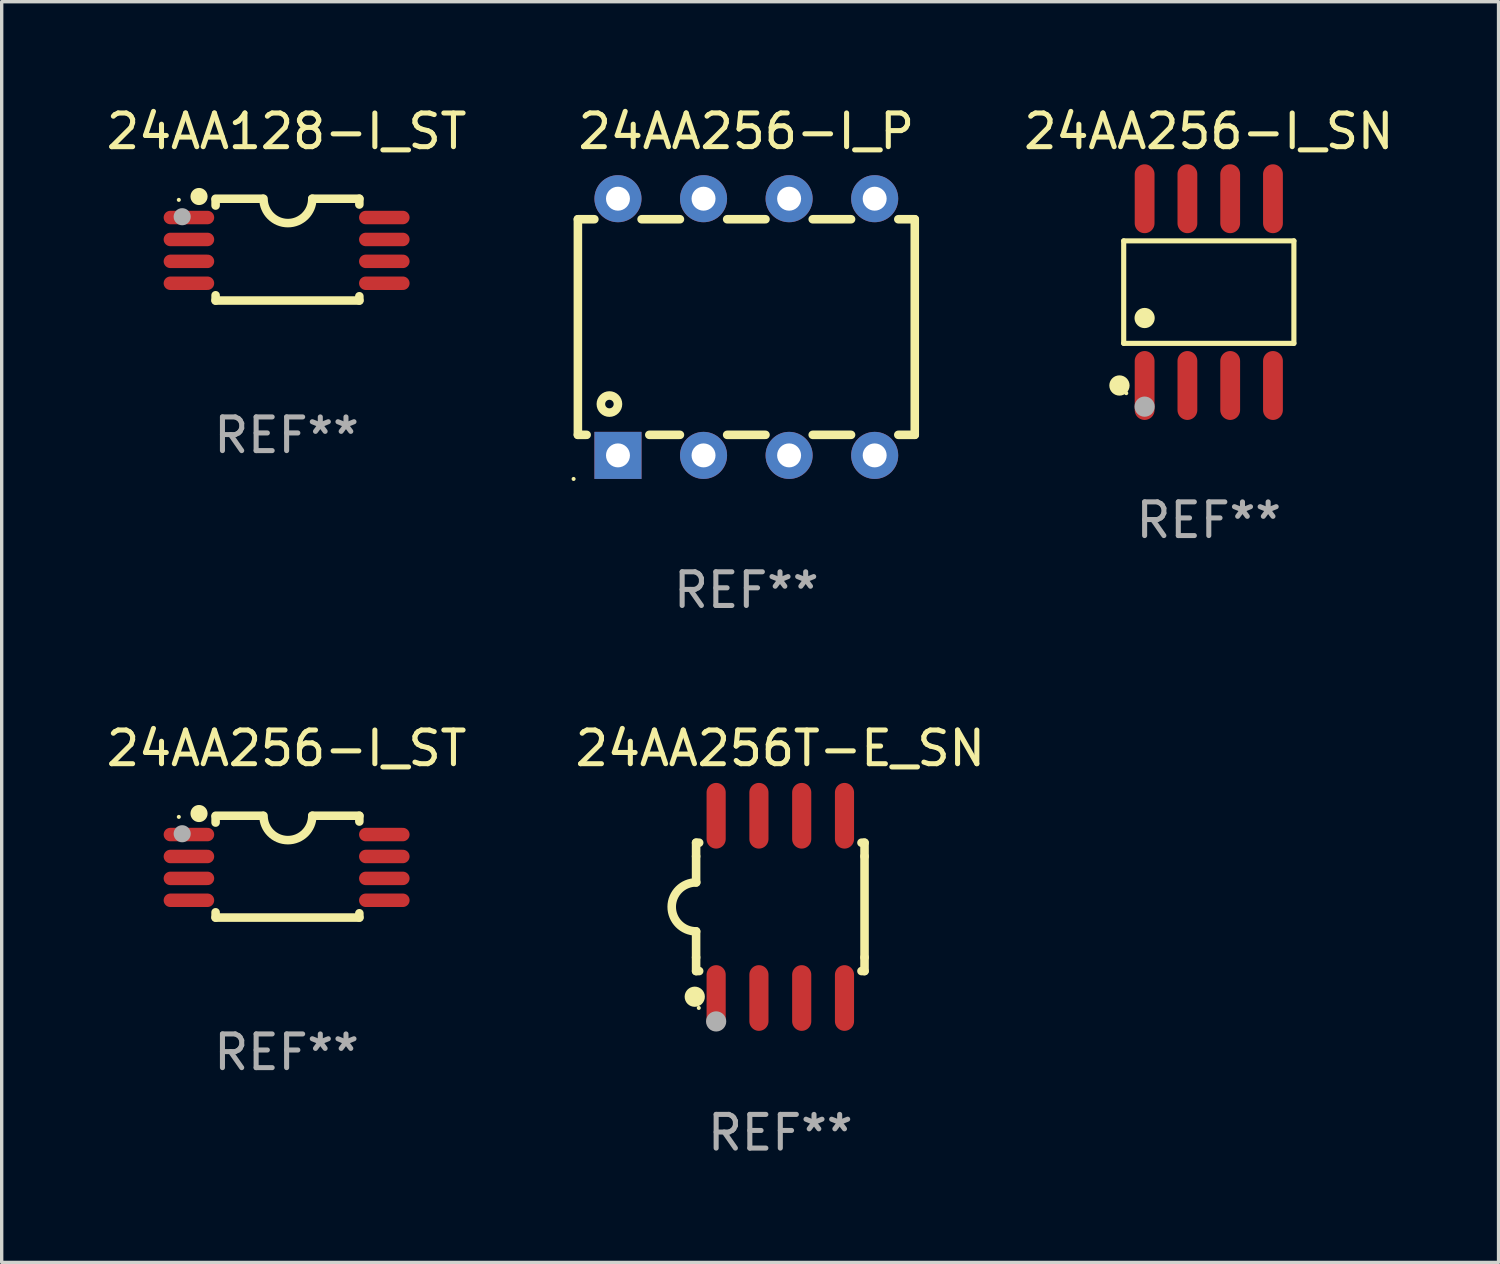
<source format=kicad_pcb>
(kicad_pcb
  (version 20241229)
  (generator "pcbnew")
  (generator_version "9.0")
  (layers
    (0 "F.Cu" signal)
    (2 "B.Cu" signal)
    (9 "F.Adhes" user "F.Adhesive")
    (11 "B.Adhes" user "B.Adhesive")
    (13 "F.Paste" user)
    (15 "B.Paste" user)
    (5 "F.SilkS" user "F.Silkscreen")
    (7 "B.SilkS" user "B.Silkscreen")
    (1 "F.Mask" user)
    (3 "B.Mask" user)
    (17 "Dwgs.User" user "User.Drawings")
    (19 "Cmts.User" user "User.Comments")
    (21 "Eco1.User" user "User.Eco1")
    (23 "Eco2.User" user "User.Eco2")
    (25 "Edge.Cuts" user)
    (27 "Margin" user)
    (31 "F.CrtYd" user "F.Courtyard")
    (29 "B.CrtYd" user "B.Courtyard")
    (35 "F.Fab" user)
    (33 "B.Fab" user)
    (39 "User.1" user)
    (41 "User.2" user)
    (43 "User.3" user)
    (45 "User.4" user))
  (footprint "24AA128-I_ST"
    (layer "F.Cu")
    (at 5.458 4.36)
    (property "Reference" "24AA128-I_ST" (at 0 -3.511 0) (layer "F.SilkS") (effects (font (size 1 1) (thickness 0.15))))
    (attr through_hole)
    (fp_line (start -2.108 -1.511) (end -0.711 -1.511) (stroke (width 0.254) (type solid)) (layer "F.SilkS"))
    (fp_line (start -2.108 -1.309) (end -2.108 -1.486) (stroke (width 0.254) (type solid)) (layer "F.SilkS"))
    (fp_line (start -2.108 1.511) (end -2.108 1.355) (stroke (width 0.254) (type solid)) (layer "F.SilkS"))
    (fp_line (start 0.762 -1.511) (end 2.159 -1.511) (stroke (width 0.254) (type solid)) (layer "F.SilkS"))
    (fp_line (start 2.159 -1.511) (end 2.159 -1.339) (stroke (width 0.254) (type solid)) (layer "F.SilkS"))
    (fp_line (start 2.159 1.384) (end 2.159 1.511) (stroke (width 0.254) (type solid)) (layer "F.SilkS"))
    (fp_line (start 2.159 1.511) (end -2.108 1.511) (stroke (width 0.254) (type solid)) (layer "F.SilkS"))
    (fp_arc (start 0.762002 -1.511303) (mid 0.0381 -0.787401) (end -0.685802 -1.511303) (stroke (width 0.254001) (type solid)) (layer "F.SilkS"))
    (fp_circle (center -3.2 -1.477) (end -3.17 -1.477) (stroke (width 0.06) (type solid)) (fill no) (layer "F.SilkS"))
    (fp_circle (center -2.6 -1.577) (end -2.473 -1.577) (stroke (width 0.254) (type solid)) (fill no) (layer "F.SilkS"))
    (fp_circle (center -3.1 -0.977) (end -2.973 -0.977) (stroke (width 0.254) (type solid)) (fill no) (layer "F.Fab"))
    (fp_text user "REF**" (at 0 5.511 0) (layer "F.Fab") (effects (font (size 1 1) (thickness 0.15))))
    (pad "1" smd oval (at -2.9 -0.953 90) (size 0.4 1.5) (layers "F.Cu" "F.Mask" "F.Paste"))
    (pad "2" smd oval (at -2.9 -0.302 90) (size 0.4 1.5) (layers "F.Cu" "F.Mask" "F.Paste"))
    (pad "3" smd oval (at -2.9 0.348 90) (size 0.4 1.5) (layers "F.Cu" "F.Mask" "F.Paste"))
    (pad "4" smd oval (at -2.9 0.998 90) (size 0.4 1.5) (layers "F.Cu" "F.Mask" "F.Paste"))
    (pad "5" smd oval (at 2.9 0.998 90) (size 0.4 1.5) (layers "F.Cu" "F.Mask" "F.Paste"))
    (pad "6" smd oval (at 2.9 0.348 90) (size 0.4 1.5) (layers "F.Cu" "F.Mask" "F.Paste"))
    (pad "7" smd oval (at 2.9 -0.302 90) (size 0.4 1.5) (layers "F.Cu" "F.Mask" "F.Paste"))
    (pad "8" smd oval (at 2.9 -0.953 90) (size 0.4 1.5) (layers "F.Cu" "F.Mask" "F.Paste")))
  (footprint "24AA256-I_SN"
    (layer "F.Cu")
    (at 32.832 5.621)
    (property "Reference" "24AA256-I_SN" (at 0 -4.772 0) (layer "F.SilkS") (effects (font (size 1 1) (thickness 0.15))))
    (attr through_hole)
    (fp_line (start -2.526 -1.521) (end 2.526 -1.521) (stroke (width 0.152) (type solid)) (layer "F.SilkS"))
    (fp_line (start -2.526 1.521) (end -2.526 -1.521) (stroke (width 0.152) (type solid)) (layer "F.SilkS"))
    (fp_line (start 2.526 -1.521) (end 2.526 1.521) (stroke (width 0.152) (type solid)) (layer "F.SilkS"))
    (fp_line (start 2.526 1.521) (end -2.526 1.521) (stroke (width 0.152) (type solid)) (layer "F.SilkS"))
    (fp_circle (center -2.652 2.772) (end -2.501 2.772) (stroke (width 0.3) (type solid)) (fill no) (layer "F.SilkS"))
    (fp_circle (center -2.45 3) (end -2.42 3) (stroke (width 0.06) (type solid)) (fill no) (layer "F.SilkS"))
    (fp_circle (center -1.905 0.769) (end -1.755 0.769) (stroke (width 0.3) (type solid)) (fill no) (layer "F.SilkS"))
    (fp_circle (center -1.905 3.4) (end -1.755 3.4) (stroke (width 0.3) (type solid)) (fill no) (layer "F.Fab"))
    (fp_text user "REF**" (at 0 6.772 0) (layer "F.Fab") (effects (font (size 1 1) (thickness 0.15))))
    (pad "1" smd oval (at -1.905 2.772) (size 0.588 2.045) (layers "F.Cu" "F.Mask" "F.Paste"))
    (pad "2" smd oval (at -0.635 2.772) (size 0.588 2.045) (layers "F.Cu" "F.Mask" "F.Paste"))
    (pad "3" smd oval (at 0.635 2.772) (size 0.588 2.045) (layers "F.Cu" "F.Mask" "F.Paste"))
    (pad "4" smd oval (at 1.905 2.772) (size 0.588 2.045) (layers "F.Cu" "F.Mask" "F.Paste"))
    (pad "5" smd oval (at 1.905 -2.772) (size 0.588 2.045) (layers "F.Cu" "F.Mask" "F.Paste"))
    (pad "6" smd oval (at 0.635 -2.772) (size 0.588 2.045) (layers "F.Cu" "F.Mask" "F.Paste"))
    (pad "7" smd oval (at -0.635 -2.772) (size 0.588 2.045) (layers "F.Cu" "F.Mask" "F.Paste"))
    (pad "8" smd oval (at -1.905 -2.772) (size 0.588 2.045) (layers "F.Cu" "F.Mask" "F.Paste")))
  (footprint "24AA256-I_P"
    (layer "F.Cu")
    (at 19.104 6.658)
    (property "Reference" "24AA256-I_P" (at 0 -5.81 0) (layer "F.SilkS") (effects (font (size 1 1) (thickness 0.15))))
    (attr through_hole)
    (fp_line (start -5 -3.2) (end -5 3.2) (stroke (width 0.254) (type solid)) (layer "F.SilkS"))
    (fp_line (start -5 -3.2) (end -4.511 -3.2) (stroke (width 0.254) (type solid)) (layer "F.SilkS"))
    (fp_line (start -5 3.2) (end -4.74 3.2) (stroke (width 0.254) (type solid)) (layer "F.SilkS"))
    (fp_line (start -3.109 -3.2) (end -1.971 -3.2) (stroke (width 0.254) (type solid)) (layer "F.SilkS"))
    (fp_line (start -2.88 3.2) (end -1.971 3.2) (stroke (width 0.254) (type solid)) (layer "F.SilkS"))
    (fp_line (start -0.569 -3.2) (end 0.569 -3.2) (stroke (width 0.254) (type solid)) (layer "F.SilkS"))
    (fp_line (start -0.569 3.2) (end 0.569 3.2) (stroke (width 0.254) (type solid)) (layer "F.SilkS"))
    (fp_line (start 1.971 -3.2) (end 3.109 -3.2) (stroke (width 0.254) (type solid)) (layer "F.SilkS"))
    (fp_line (start 1.971 3.2) (end 3.109 3.2) (stroke (width 0.254) (type solid)) (layer "F.SilkS"))
    (fp_line (start 4.511 -3.2) (end 5 -3.2) (stroke (width 0.254) (type solid)) (layer "F.SilkS"))
    (fp_line (start 4.511 3.2) (end 5 3.2) (stroke (width 0.254) (type solid)) (layer "F.SilkS"))
    (fp_line (start 5 -3.2) (end 5 3.2) (stroke (width 0.254) (type solid)) (layer "F.SilkS"))
    (fp_circle (center -5.127 4.509) (end -5.097 4.509) (stroke (width 0.06) (type solid)) (fill no) (layer "F.SilkS"))
    (fp_circle (center -4.064 2.286) (end -3.81 2.286) (stroke (width 0.254) (type solid)) (fill no) (layer "F.SilkS"))
    (fp_text user "REF**" (at 0 7.81 0) (layer "F.Fab") (effects (font (size 1 1) (thickness 0.15))))
    (pad "1" thru_hole rect (at -3.81 3.81) (size 1.397 1.397) (drill 0.711) (layers "*.Cu" "*.Mask"))
    (pad "2" thru_hole circle (at -1.27 3.81) (size 1.397 1.397) (drill 0.711) (layers "*.Cu" "*.Mask"))
    (pad "3" thru_hole circle (at 1.27 3.81) (size 1.397 1.397) (drill 0.711) (layers "*.Cu" "*.Mask"))
    (pad "4" thru_hole circle (at 3.81 3.81) (size 1.397 1.397) (drill 0.711) (layers "*.Cu" "*.Mask"))
    (pad "5" thru_hole circle (at 3.81 -3.81) (size 1.397 1.397) (drill 0.711) (layers "*.Cu" "*.Mask"))
    (pad "6" thru_hole circle (at 1.27 -3.81) (size 1.397 1.397) (drill 0.711) (layers "*.Cu" "*.Mask"))
    (pad "7" thru_hole circle (at -1.27 -3.81) (size 1.397 1.397) (drill 0.711) (layers "*.Cu" "*.Mask"))
    (pad "8" thru_hole circle (at -3.81 -3.81) (size 1.397 1.397) (drill 0.711) (layers "*.Cu" "*.Mask")))
  (footprint "24AA256T-E_SN"
    (layer "F.Cu")
    (at 20.113 23.87)
    (property "Reference" "24AA256T-E_SN" (at 0 -4.705 0) (layer "F.SilkS") (effects (font (size 1 1) (thickness 0.15))))
    (attr through_hole)
    (fp_line (start -2.5 -1.905) (end -2.409 -1.905) (stroke (width 0.254) (type solid)) (layer "F.SilkS"))
    (fp_line (start -2.5 -1.5) (end -2.5 -1.905) (stroke (width 0.254) (type solid)) (layer "F.SilkS"))
    (fp_line (start -2.5 -1.5) (end -2.5 -0.726) (stroke (width 0.254) (type solid)) (layer "F.SilkS"))
    (fp_line (start -2.5 1.5) (end -2.5 0.727) (stroke (width 0.254) (type solid)) (layer "F.SilkS"))
    (fp_line (start -2.5 1.5) (end -2.5 1.905) (stroke (width 0.254) (type solid)) (layer "F.SilkS"))
    (fp_line (start -2.5 1.905) (end -2.409 1.905) (stroke (width 0.254) (type solid)) (layer "F.SilkS"))
    (fp_line (start 2.5 -1.905) (end 2.409 -1.905) (stroke (width 0.254) (type solid)) (layer "F.SilkS"))
    (fp_line (start 2.5 -1.5) (end 2.5 -1.905) (stroke (width 0.254) (type solid)) (layer "F.SilkS"))
    (fp_line (start 2.5 -1.5) (end 2.5 1.5) (stroke (width 0.254) (type solid)) (layer "F.SilkS"))
    (fp_line (start 2.5 1.5) (end 2.5 1.905) (stroke (width 0.254) (type solid)) (layer "F.SilkS"))
    (fp_line (start 2.5 1.905) (end 2.409 1.905) (stroke (width 0.254) (type solid)) (layer "F.SilkS"))
    (fp_arc (start -2.5 0.726568) (mid -3.220316 -0.0023) (end -2.495097 -0.726289) (stroke (width 0.254001) (type solid)) (layer "F.SilkS"))
    (fp_circle (center -2.54 2.667) (end -2.39 2.667) (stroke (width 0.3) (type solid)) (fill no) (layer "F.SilkS"))
    (fp_circle (center -2.42 3) (end -2.39 3) (stroke (width 0.06) (type solid)) (fill no) (layer "F.SilkS"))
    (fp_circle (center -1.905 3.4) (end -1.755 3.4) (stroke (width 0.3) (type solid)) (fill no) (layer "F.Fab"))
    (fp_text user "REF**" (at 0 6.705 0) (layer "F.Fab") (effects (font (size 1 1) (thickness 0.15))))
    (pad "1" smd oval (at -1.905 2.705) (size 0.568 1.95) (layers "F.Cu" "F.Mask" "F.Paste"))
    (pad "2" smd oval (at -0.635 2.705) (size 0.568 1.95) (layers "F.Cu" "F.Mask" "F.Paste"))
    (pad "3" smd oval (at 0.635 2.705) (size 0.568 1.95) (layers "F.Cu" "F.Mask" "F.Paste"))
    (pad "4" smd oval (at 1.905 2.705) (size 0.568 1.95) (layers "F.Cu" "F.Mask" "F.Paste"))
    (pad "5" smd oval (at 1.905 -2.705) (size 0.568 1.95) (layers "F.Cu" "F.Mask" "F.Paste"))
    (pad "6" smd oval (at 0.635 -2.705) (size 0.568 1.95) (layers "F.Cu" "F.Mask" "F.Paste"))
    (pad "7" smd oval (at -0.635 -2.705) (size 0.568 1.95) (layers "F.Cu" "F.Mask" "F.Paste"))
    (pad "8" smd oval (at -1.905 -2.705) (size 0.568 1.95) (layers "F.Cu" "F.Mask" "F.Paste")))
  (footprint "24AA256-I_ST"
    (layer "F.Cu")
    (at 5.458 22.676)
    (property "Reference" "24AA256-I_ST" (at 0 -3.511 0) (layer "F.SilkS") (effects (font (size 1 1) (thickness 0.15))))
    (attr through_hole)
    (fp_line (start -2.108 -1.511) (end -0.711 -1.511) (stroke (width 0.254) (type solid)) (layer "F.SilkS"))
    (fp_line (start -2.108 -1.309) (end -2.108 -1.486) (stroke (width 0.254) (type solid)) (layer "F.SilkS"))
    (fp_line (start -2.108 1.511) (end -2.108 1.355) (stroke (width 0.254) (type solid)) (layer "F.SilkS"))
    (fp_line (start 0.762 -1.511) (end 2.159 -1.511) (stroke (width 0.254) (type solid)) (layer "F.SilkS"))
    (fp_line (start 2.159 -1.511) (end 2.159 -1.339) (stroke (width 0.254) (type solid)) (layer "F.SilkS"))
    (fp_line (start 2.159 1.384) (end 2.159 1.511) (stroke (width 0.254) (type solid)) (layer "F.SilkS"))
    (fp_line (start 2.159 1.511) (end -2.108 1.511) (stroke (width 0.254) (type solid)) (layer "F.SilkS"))
    (fp_arc (start 0.762002 -1.511303) (mid 0.0381 -0.787401) (end -0.685802 -1.511303) (stroke (width 0.254001) (type solid)) (layer "F.SilkS"))
    (fp_circle (center -3.2 -1.477) (end -3.17 -1.477) (stroke (width 0.06) (type solid)) (fill no) (layer "F.SilkS"))
    (fp_circle (center -2.6 -1.577) (end -2.473 -1.577) (stroke (width 0.254) (type solid)) (fill no) (layer "F.SilkS"))
    (fp_circle (center -3.1 -0.977) (end -2.973 -0.977) (stroke (width 0.254) (type solid)) (fill no) (layer "F.Fab"))
    (fp_text user "REF**" (at 0 5.511 0) (layer "F.Fab") (effects (font (size 1 1) (thickness 0.15))))
    (pad "1" smd oval (at -2.9 -0.953 90) (size 0.4 1.5) (layers "F.Cu" "F.Mask" "F.Paste"))
    (pad "2" smd oval (at -2.9 -0.302 90) (size 0.4 1.5) (layers "F.Cu" "F.Mask" "F.Paste"))
    (pad "3" smd oval (at -2.9 0.348 90) (size 0.4 1.5) (layers "F.Cu" "F.Mask" "F.Paste"))
    (pad "4" smd oval (at -2.9 0.998 90) (size 0.4 1.5) (layers "F.Cu" "F.Mask" "F.Paste"))
    (pad "5" smd oval (at 2.9 0.998 90) (size 0.4 1.5) (layers "F.Cu" "F.Mask" "F.Paste"))
    (pad "6" smd oval (at 2.9 0.348 90) (size 0.4 1.5) (layers "F.Cu" "F.Mask" "F.Paste"))
    (pad "7" smd oval (at 2.9 -0.302 90) (size 0.4 1.5) (layers "F.Cu" "F.Mask" "F.Paste"))
    (pad "8" smd oval (at 2.9 -0.953 90) (size 0.4 1.5) (layers "F.Cu" "F.Mask" "F.Paste")))
  (gr_rect
    (start -3 -3)
    (end 41.433 34.423)
    (stroke (width 0.1) (type default))
    (fill no)
    (layer "Edge.Cuts")))
</source>
